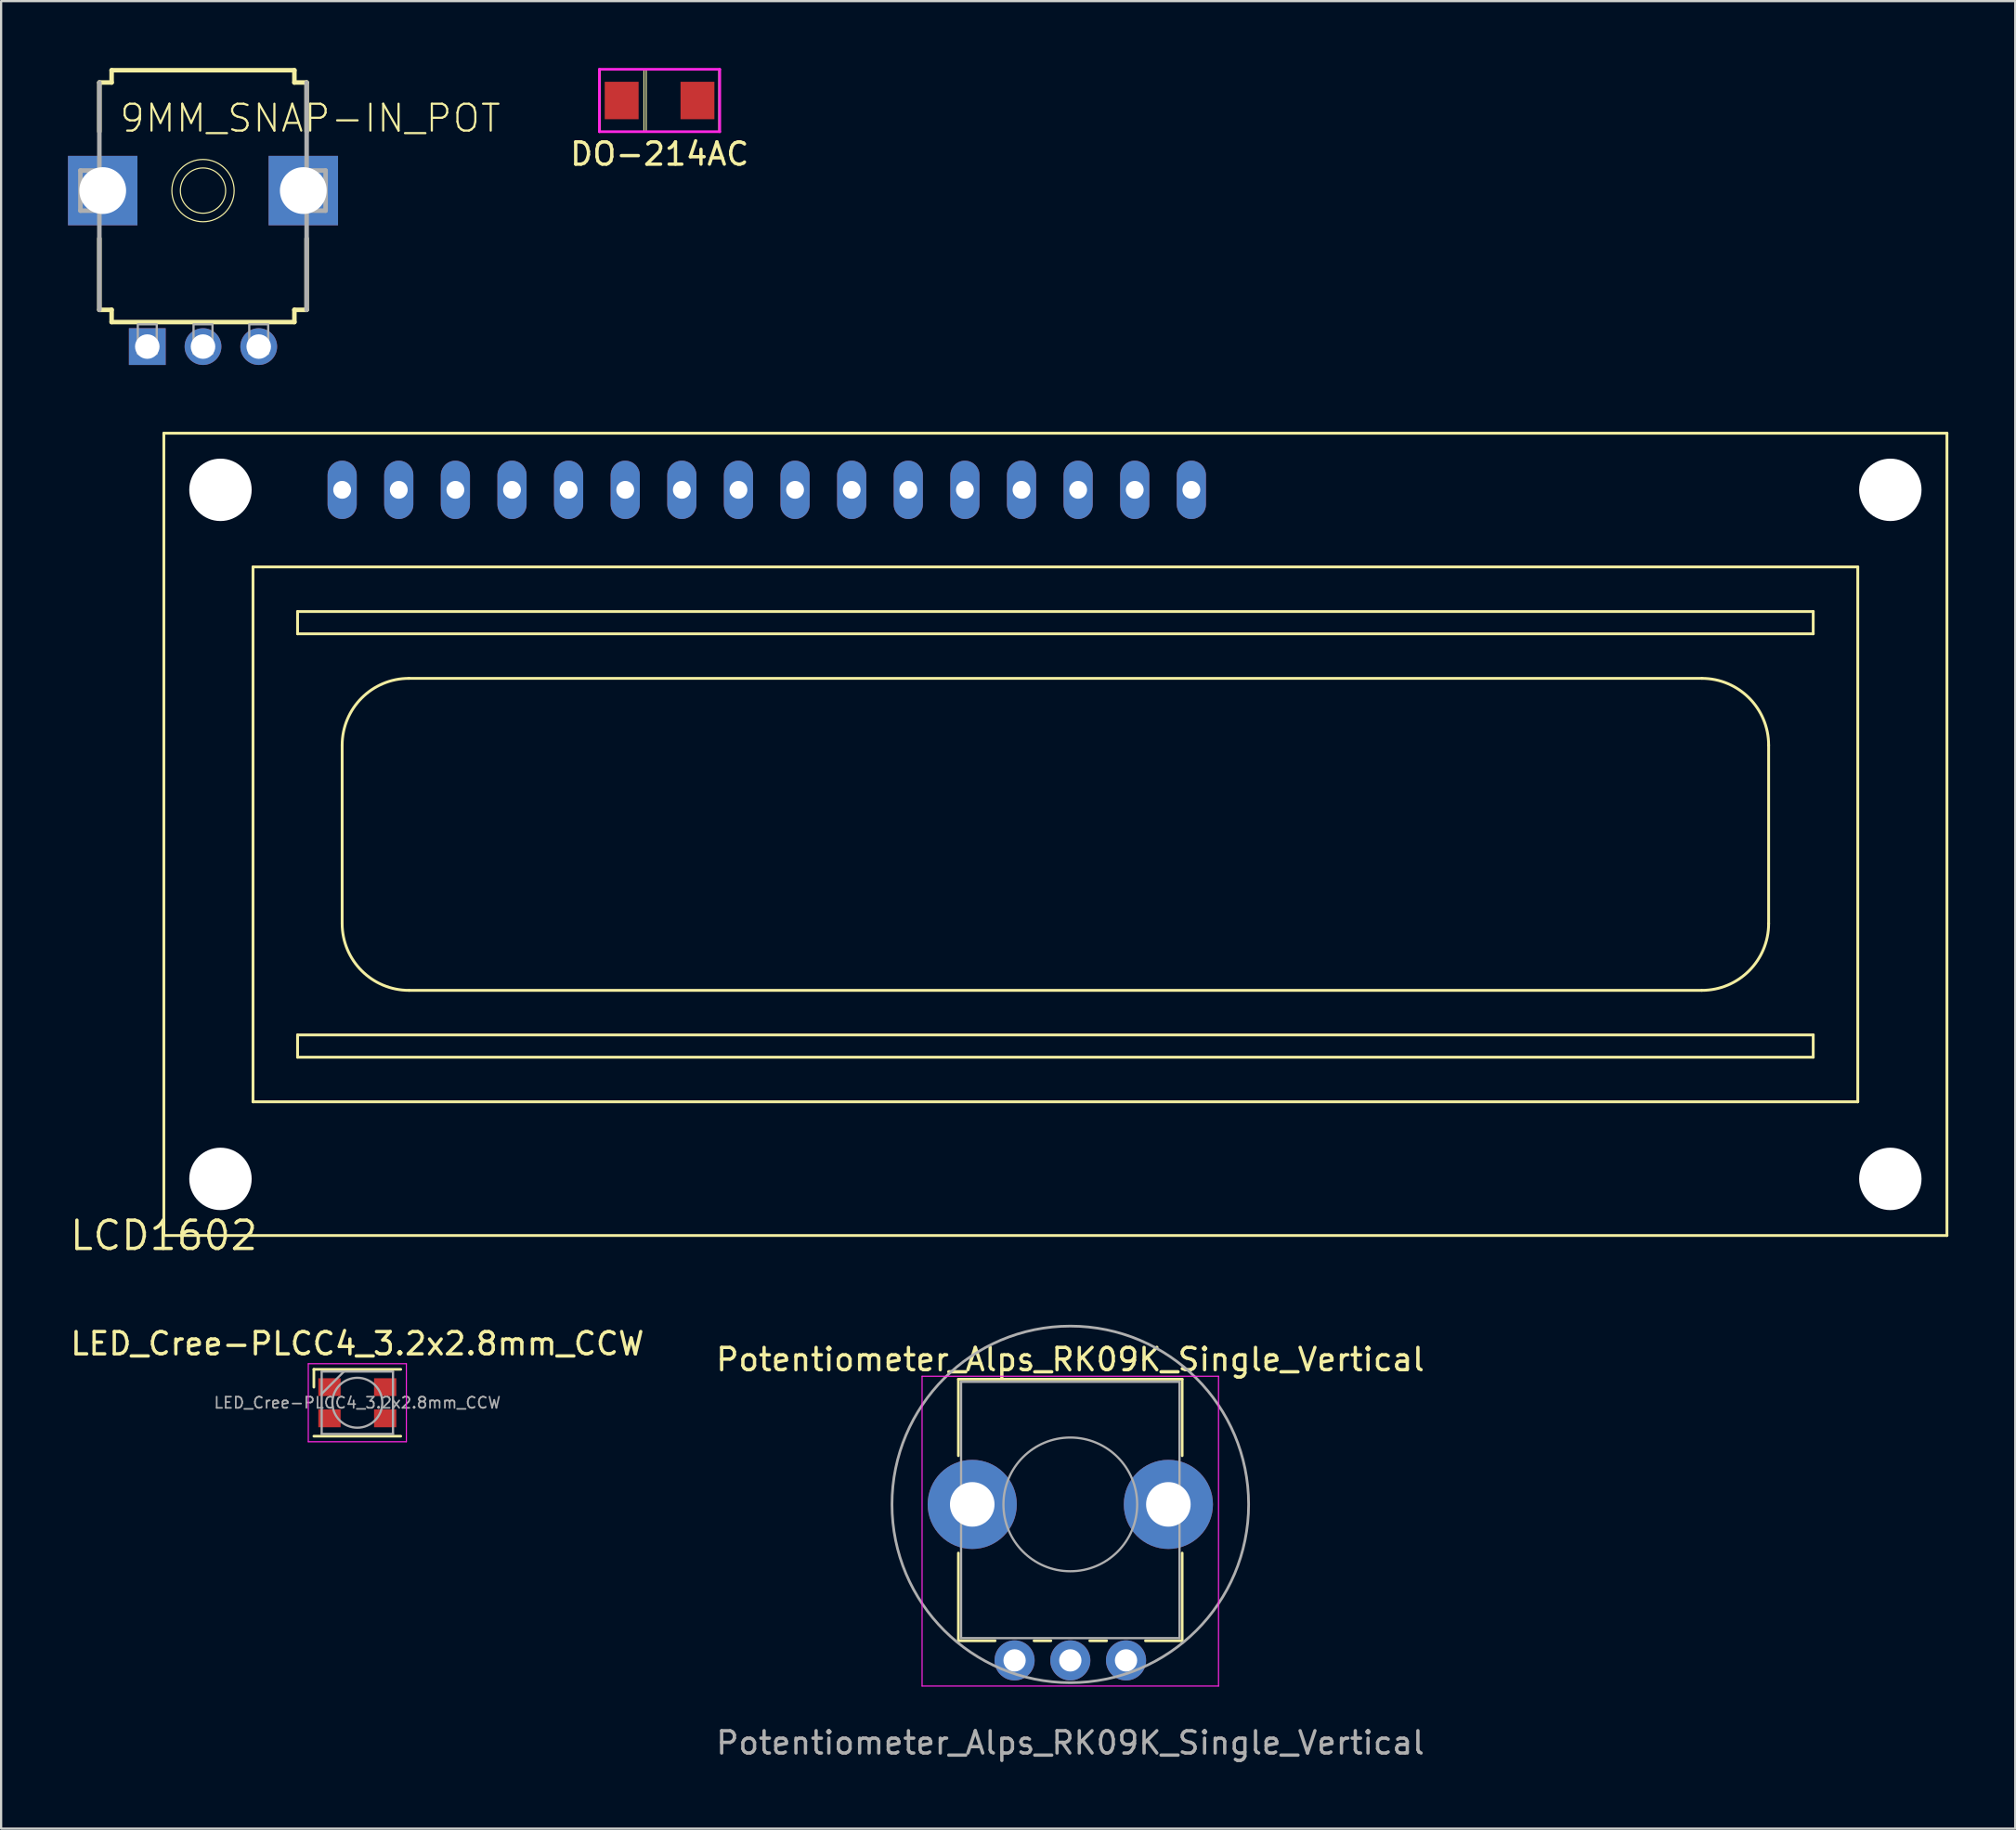
<source format=kicad_pcb>
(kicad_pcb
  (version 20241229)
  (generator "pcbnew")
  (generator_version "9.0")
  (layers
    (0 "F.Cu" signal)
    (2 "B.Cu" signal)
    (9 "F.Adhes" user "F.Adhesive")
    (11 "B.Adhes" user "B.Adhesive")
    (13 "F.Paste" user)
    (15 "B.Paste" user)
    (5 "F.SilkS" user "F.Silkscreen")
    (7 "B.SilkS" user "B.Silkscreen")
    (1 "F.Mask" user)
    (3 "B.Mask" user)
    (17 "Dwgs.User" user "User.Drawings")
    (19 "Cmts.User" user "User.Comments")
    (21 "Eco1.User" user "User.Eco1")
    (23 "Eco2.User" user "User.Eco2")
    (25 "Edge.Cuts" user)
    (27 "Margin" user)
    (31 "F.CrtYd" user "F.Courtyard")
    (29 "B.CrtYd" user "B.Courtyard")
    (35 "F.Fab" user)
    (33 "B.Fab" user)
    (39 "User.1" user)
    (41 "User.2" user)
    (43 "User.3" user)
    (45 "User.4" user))
  (footprint "9MM_SNAP-IN_POT"
    (layer "F.Cu")
    (at 6.058 5.502)
    (property "Reference" "9MM_SNAP-IN_POT" (at -3.81 -2.54 0) (layer "F.SilkS") (effects (font (size 1.206 1.206) (thickness 0.097)) (justify left bottom)))
    (attr through_hole)
    (fp_line (start -4.65 -2.65) (end -4.65 -4.85) (stroke (width 0.203) (type solid)) (layer "F.SilkS"))
    (fp_line (start -4.65 5.35) (end -4.65 2.15) (stroke (width 0.203) (type solid)) (layer "F.SilkS"))
    (fp_line (start -4.65 5.35) (end -4.1 5.35) (stroke (width 0.203) (type solid)) (layer "F.SilkS"))
    (fp_line (start -4.1 -5.4) (end -4.1 -4.85) (stroke (width 0.203) (type solid)) (layer "F.SilkS"))
    (fp_line (start -4.1 -5.4) (end 4.1 -5.4) (stroke (width 0.203) (type solid)) (layer "F.SilkS"))
    (fp_line (start -4.1 -4.85) (end -4.65 -4.85) (stroke (width 0.203) (type solid)) (layer "F.SilkS"))
    (fp_line (start -4.1 5.35) (end -4.1 5.9) (stroke (width 0.203) (type solid)) (layer "F.SilkS"))
    (fp_line (start 4.1 -4.85) (end 4.1 -5.4) (stroke (width 0.203) (type solid)) (layer "F.SilkS"))
    (fp_line (start 4.1 5.35) (end 4.65 5.35) (stroke (width 0.203) (type solid)) (layer "F.SilkS"))
    (fp_line (start 4.1 5.9) (end -4.1 5.9) (stroke (width 0.203) (type solid)) (layer "F.SilkS"))
    (fp_line (start 4.1 5.9) (end 4.1 5.35) (stroke (width 0.203) (type solid)) (layer "F.SilkS"))
    (fp_line (start 4.65 -4.85) (end 4.1 -4.85) (stroke (width 0.203) (type solid)) (layer "F.SilkS"))
    (fp_line (start 4.65 -4.85) (end 4.65 -2.65) (stroke (width 0.203) (type solid)) (layer "F.SilkS"))
    (fp_line (start 4.65 2.15) (end 4.65 5.35) (stroke (width 0.203) (type solid)) (layer "F.SilkS"))
    (fp_circle (center 0 0) (end 1.016 0) (stroke (width 0.051) (type solid)) (fill no) (layer "F.SilkS"))
    (fp_circle (center 0 0) (end 1.397 0) (stroke (width 0.051) (type solid)) (fill no) (layer "F.SilkS"))
    (fp_line (start -5.5 -0.9) (end -5.5 0.9) (stroke (width 0.203) (type solid)) (layer "F.Fab"))
    (fp_line (start -5.5 0.9) (end -4.75 0.9) (stroke (width 0.203) (type solid)) (layer "F.Fab"))
    (fp_line (start -4.75 -0.9) (end -5.5 -0.9) (stroke (width 0.203) (type solid)) (layer "F.Fab"))
    (fp_line (start -4.65 5.35) (end -4.65 -4.85) (stroke (width 0.203) (type solid)) (layer "F.Fab"))
    (fp_line (start 4.65 -4.85) (end 4.65 5.35) (stroke (width 0.203) (type solid)) (layer "F.Fab"))
    (fp_line (start 4.75 0.9) (end 5.5 0.9) (stroke (width 0.203) (type solid)) (layer "F.Fab"))
    (fp_line (start 5.5 -0.9) (end 4.75 -0.9) (stroke (width 0.203) (type solid)) (layer "F.Fab"))
    (fp_line (start 5.5 0.9) (end 5.5 -0.9) (stroke (width 0.203) (type solid)) (layer "F.Fab"))
    (fp_poly (pts (xy -2.925 7.325) (xy -2.075 7.325) (xy -2.075 6) (xy -2.925 6)) (stroke (width 0.1) (type solid)) (fill no) (layer "F.Fab"))
    (fp_poly (pts (xy -0.425 7.325) (xy 0.425 7.325) (xy 0.425 6) (xy -0.425 6)) (stroke (width 0.1) (type solid)) (fill no) (layer "F.Fab"))
    (fp_poly (pts (xy 2.075 7.325) (xy 2.925 7.325) (xy 2.925 6) (xy 2.075 6)) (stroke (width 0.1) (type solid)) (fill no) (layer "F.Fab"))
    (pad "1" thru_hole rect (at -2.5 7 270) (size 1.65 1.65) (drill 1.1) (layers "*.Cu" "*.Mask"))
    (pad "2" thru_hole circle (at 0 7 270) (size 1.65 1.65) (drill 1.1) (layers "*.Cu" "*.Mask"))
    (pad "3" thru_hole circle (at 2.5 7 270) (size 1.65 1.65) (drill 1.1) (layers "*.Cu" "*.Mask"))
    (pad "CHASSIS1" thru_hole rect (at -4.5 0 270) (size 3.116 3.116) (drill 2.1) (layers "*.Cu" "*.Mask"))
    (pad "CHASSIS2" thru_hole rect (at 4.5 0 270) (size 3.116 3.116) (drill 2.1) (layers "*.Cu" "*.Mask")))
  (footprint "LED_Cree-PLCC4_3.2x2.8mm_CCW"
    (layer "F.Cu")
    (at 12.982 59.895)
    (property "Reference" "LED_Cree-PLCC4_3.2x2.8mm_CCW" (at 0 -2.65 180) (layer "F.SilkS") (effects (font (size 1 1) (thickness 0.15))))
    (attr smd)
    (fp_line (start -1.95 -1.5) (end 1.95 -1.5) (stroke (width 0.12) (type solid)) (layer "F.SilkS"))
    (fp_line (start -1.95 -0.7) (end -1.95 -1.5) (stroke (width 0.12) (type solid)) (layer "F.SilkS"))
    (fp_line (start -1.95 1.5) (end 1.95 1.5) (stroke (width 0.12) (type solid)) (layer "F.SilkS"))
    (fp_line (start -2.2 -1.75) (end -2.2 1.75) (stroke (width 0.05) (type solid)) (layer "F.CrtYd"))
    (fp_line (start -2.2 1.75) (end 2.2 1.75) (stroke (width 0.05) (type solid)) (layer "F.CrtYd"))
    (fp_line (start 2.2 -1.75) (end -2.2 -1.75) (stroke (width 0.05) (type solid)) (layer "F.CrtYd"))
    (fp_line (start 2.2 1.75) (end 2.2 -1.75) (stroke (width 0.05) (type solid)) (layer "F.CrtYd"))
    (fp_line (start -1.6 -1.4) (end -1.6 1.4) (stroke (width 0.1) (type solid)) (layer "F.Fab"))
    (fp_line (start -1.6 1.4) (end 1.6 1.4) (stroke (width 0.1) (type solid)) (layer "F.Fab"))
    (fp_line (start -0.6 -1.4) (end -1.6 -0.4) (stroke (width 0.1) (type solid)) (layer "F.Fab"))
    (fp_line (start 1.6 -1.4) (end -1.6 -1.4) (stroke (width 0.1) (type solid)) (layer "F.Fab"))
    (fp_line (start 1.6 1.4) (end 1.6 -1.4) (stroke (width 0.1) (type solid)) (layer "F.Fab"))
    (fp_circle (center 0 0) (end 1.12 0) (stroke (width 0.1) (type solid)) (fill no) (layer "F.Fab"))
    (fp_text user "${REFERENCE}" (at 0 0 180) (layer "F.Fab") (effects (font (size 0.5 0.5) (thickness 0.075))))
    (pad "1" smd rect (at -1.25 -0.7) (size 1 0.8) (layers "F.Cu" "F.Mask" "F.Paste"))
    (pad "1" smd rect (at 1.25 -0.7) (size 1 0.8) (layers "F.Cu" "F.Mask" "F.Paste"))
    (pad "2" smd rect (at -1.25 0.7) (size 1 0.8) (layers "F.Cu" "F.Mask" "F.Paste"))
    (pad "2" smd rect (at 1.25 0.7) (size 1 0.8) (layers "F.Cu" "F.Mask" "F.Paste")))
  (footprint "DO-214AC"
    (layer "F.Cu")
    (at 26.542 1.46)
    (property "Reference" "DO-214AC" (at 0 2.4 0) (layer "F.SilkS") (effects (font (size 1 1) (thickness 0.15))))
    (attr smd)
    (fp_line (start -2.66 -1.4) (end -2.66 1.4) (stroke (width 0.05) (type solid)) (layer "F.SilkS"))
    (fp_line (start -2.66 1.4) (end 2.66 1.4) (stroke (width 0.05) (type solid)) (layer "F.SilkS"))
    (fp_line (start -0.7 -1.4) (end -0.6 -1.4) (stroke (width 0.05) (type solid)) (layer "F.SilkS"))
    (fp_line (start -0.7 1.4) (end -0.7 -1.4) (stroke (width 0.05) (type solid)) (layer "F.SilkS"))
    (fp_line (start -0.6 -1.4) (end -0.6 1.4) (stroke (width 0.05) (type solid)) (layer "F.SilkS"))
    (fp_line (start 2.66 -1.4) (end -2.66 -1.4) (stroke (width 0.05) (type solid)) (layer "F.SilkS"))
    (fp_line (start 2.66 1.4) (end 2.66 -1.4) (stroke (width 0.05) (type solid)) (layer "F.SilkS"))
    (fp_line (start -2.7 -1.4) (end 2.7 -1.4) (stroke (width 0.12) (type solid)) (layer "F.CrtYd"))
    (fp_line (start -2.7 1.4) (end -2.7 -1.4) (stroke (width 0.12) (type solid)) (layer "F.CrtYd"))
    (fp_line (start 2.7 -1.4) (end 2.7 1.4) (stroke (width 0.12) (type solid)) (layer "F.CrtYd"))
    (fp_line (start 2.7 1.4) (end -2.7 1.4) (stroke (width 0.12) (type solid)) (layer "F.CrtYd"))
    (pad "1" smd rect (at -1.7 0) (size 1.52 1.68) (layers "F.Cu" "F.Mask" "F.Paste"))
    (pad "2" smd rect (at 1.7 0) (size 1.52 1.68) (layers "F.Cu" "F.Mask" "F.Paste")))
  (footprint "Potentiometer_Alps_RK09K_Single_Vertical"
    (layer "F.Cu")
    (at 44.97 64.456)
    (property "Reference" "Potentiometer_Alps_RK09K_Single_Vertical" (at 0 -6.5 180) (layer "F.SilkS") (effects (font (size 1 1) (thickness 0.15))))
    (attr through_hole)
    (fp_line (start -5.021 -5.62) (end 5.02 -5.62) (stroke (width 0.12) (type solid)) (layer "F.SilkS"))
    (fp_line (start -5.021 -2.184) (end -5.021 -5.62) (stroke (width 0.12) (type solid)) (layer "F.SilkS"))
    (fp_line (start -5.021 6.12) (end -5.021 2.183) (stroke (width 0.12) (type solid)) (layer "F.SilkS"))
    (fp_line (start -5.021 6.12) (end -3.371 6.12) (stroke (width 0.12) (type solid)) (layer "F.SilkS"))
    (fp_line (start -1.629 6.12) (end -0.87 6.12) (stroke (width 0.12) (type solid)) (layer "F.SilkS"))
    (fp_line (start 0.871 6.12) (end 1.63 6.12) (stroke (width 0.12) (type solid)) (layer "F.SilkS"))
    (fp_line (start 3.37 6.12) (end 5.02 6.12) (stroke (width 0.12) (type solid)) (layer "F.SilkS"))
    (fp_line (start 5.02 -2.184) (end 5.02 -5.62) (stroke (width 0.12) (type solid)) (layer "F.SilkS"))
    (fp_line (start 5.02 6.12) (end 5.02 2.183) (stroke (width 0.12) (type solid)) (layer "F.SilkS"))
    (fp_line (start -6.65 -5.75) (end -6.65 8.15) (stroke (width 0.05) (type solid)) (layer "F.CrtYd"))
    (fp_line (start -6.65 8.15) (end 6.65 8.15) (stroke (width 0.05) (type solid)) (layer "F.CrtYd"))
    (fp_line (start 6.65 -5.75) (end -6.65 -5.75) (stroke (width 0.05) (type solid)) (layer "F.CrtYd"))
    (fp_line (start 6.65 8.15) (end 6.65 -5.75) (stroke (width 0.05) (type solid)) (layer "F.CrtYd"))
    (fp_line (start -4.9 -5.5) (end -4.9 6) (stroke (width 0.1) (type solid)) (layer "F.Fab"))
    (fp_line (start -4.9 6) (end 4.9 6) (stroke (width 0.1) (type solid)) (layer "F.Fab"))
    (fp_line (start 4.9 -5.5) (end -4.9 -5.5) (stroke (width 0.1) (type solid)) (layer "F.Fab"))
    (fp_line (start 4.9 6) (end 4.9 -5.5) (stroke (width 0.1) (type solid)) (layer "F.Fab"))
    (fp_circle (center 0 0) (end 0 -3) (stroke (width 0.1) (type solid)) (fill no) (layer "F.Fab"))
    (fp_circle (center 0 0) (end 0 8) (stroke (width 0.12) (type solid)) (fill no) (layer "F.Fab"))
    (fp_text user "${REFERENCE}" (at 0 10.7 180) (layer "F.Fab") (effects (font (size 1 1) (thickness 0.15))))
    (pad "" np_thru_hole circle (at -4.4 0 90) (size 4 4) (drill 2) (layers "*.Cu" "*.Mask"))
    (pad "" np_thru_hole circle (at 4.4 0 90) (size 4 4) (drill 2) (layers "*.Cu" "*.Mask"))
    (pad "1" thru_hole circle (at -2.5 7 90) (size 1.8 1.8) (drill 1) (layers "*.Cu" "*.Mask"))
    (pad "2" thru_hole circle (at 0 7 90) (size 1.8 1.8) (drill 1) (layers "*.Cu" "*.Mask"))
    (pad "3" thru_hole circle (at 2.5 7 90) (size 1.8 1.8) (drill 1) (layers "*.Cu" "*.Mask")))
  (footprint "LCD1602"
    (layer "F.Cu")
    (at 4.301 52.39)
    (property "Reference" "LCD1602" (at 0 0 0) (layer "F.SilkS") (effects (font (size 1.27 1.27) (thickness 0.15))))
    (attr through_hole)
    (fp_line (start 0 -36) (end 0 0) (stroke (width 0.127) (type solid)) (layer "F.SilkS"))
    (fp_line (start 0 0) (end 80 0) (stroke (width 0.127) (type solid)) (layer "F.SilkS"))
    (fp_line (start 4 -30) (end 76 -30) (stroke (width 0.127) (type solid)) (layer "F.SilkS"))
    (fp_line (start 4 -6) (end 4 -30) (stroke (width 0.127) (type solid)) (layer "F.SilkS"))
    (fp_line (start 6 -28) (end 74 -28) (stroke (width 0.127) (type solid)) (layer "F.SilkS"))
    (fp_line (start 6 -27) (end 6 -28) (stroke (width 0.127) (type solid)) (layer "F.SilkS"))
    (fp_line (start 6 -9) (end 6 -8) (stroke (width 0.127) (type solid)) (layer "F.SilkS"))
    (fp_line (start 6 -8) (end 74 -8) (stroke (width 0.127) (type solid)) (layer "F.SilkS"))
    (fp_line (start 8 -22) (end 8 -14) (stroke (width 0.127) (type solid)) (layer "F.SilkS"))
    (fp_line (start 11 -11) (end 69 -11) (stroke (width 0.127) (type solid)) (layer "F.SilkS"))
    (fp_line (start 69 -25) (end 11 -25) (stroke (width 0.127) (type solid)) (layer "F.SilkS"))
    (fp_line (start 72 -14) (end 72 -22) (stroke (width 0.127) (type solid)) (layer "F.SilkS"))
    (fp_line (start 74 -28) (end 74 -27) (stroke (width 0.127) (type solid)) (layer "F.SilkS"))
    (fp_line (start 74 -27) (end 6 -27) (stroke (width 0.127) (type solid)) (layer "F.SilkS"))
    (fp_line (start 74 -9) (end 6 -9) (stroke (width 0.127) (type solid)) (layer "F.SilkS"))
    (fp_line (start 74 -8) (end 74 -9) (stroke (width 0.127) (type solid)) (layer "F.SilkS"))
    (fp_line (start 76 -30) (end 76 -6) (stroke (width 0.127) (type solid)) (layer "F.SilkS"))
    (fp_line (start 76 -6) (end 4 -6) (stroke (width 0.127) (type solid)) (layer "F.SilkS"))
    (fp_line (start 80 -36) (end 0 -36) (stroke (width 0.127) (type solid)) (layer "F.SilkS"))
    (fp_line (start 80 0) (end 80 -36) (stroke (width 0.127) (type solid)) (layer "F.SilkS"))
    (fp_arc (start 8 -22) (mid 8.87868 -24.12132) (end 11 -25) (stroke (width 0.127) (type solid)) (layer "F.SilkS"))
    (fp_arc (start 11 -11) (mid 8.87868 -11.87868) (end 8 -14) (stroke (width 0.127) (type solid)) (layer "F.SilkS"))
    (fp_arc (start 69 -25) (mid 71.12132 -24.12132) (end 72 -22) (stroke (width 0.127) (type solid)) (layer "F.SilkS"))
    (fp_arc (start 72 -14) (mid 71.12132 -11.87868) (end 69 -11) (stroke (width 0.127) (type solid)) (layer "F.SilkS"))
    (pad "" np_thru_hole circle (at 2.54 -33.46) (size 2.8 2.8) (drill 2.8) (layers "*.Cu" "*.Mask"))
    (pad "" np_thru_hole circle (at 2.54 -2.54) (size 2.8 2.8) (drill 2.8) (layers "*.Cu" "*.Mask"))
    (pad "" np_thru_hole circle (at 77.46 -33.46) (size 2.8 2.8) (drill 2.8) (layers "*.Cu" "*.Mask"))
    (pad "" np_thru_hole circle (at 77.46 -2.54) (size 2.8 2.8) (drill 2.8) (layers "*.Cu" "*.Mask"))
    (pad "1" thru_hole oval (at 8 -33.46 90) (size 2.616 1.308) (drill 0.8) (layers "*.Cu" "*.Mask"))
    (pad "2" thru_hole oval (at 10.54 -33.46 90) (size 2.616 1.308) (drill 0.8) (layers "*.Cu" "*.Mask"))
    (pad "3" thru_hole oval (at 13.08 -33.46 90) (size 2.616 1.308) (drill 0.8) (layers "*.Cu" "*.Mask"))
    (pad "4" thru_hole oval (at 15.62 -33.46 90) (size 2.616 1.308) (drill 0.8) (layers "*.Cu" "*.Mask"))
    (pad "5" thru_hole oval (at 18.16 -33.46 90) (size 2.616 1.308) (drill 0.8) (layers "*.Cu" "*.Mask"))
    (pad "6" thru_hole oval (at 20.7 -33.46 90) (size 2.616 1.308) (drill 0.8) (layers "*.Cu" "*.Mask"))
    (pad "7" thru_hole oval (at 23.24 -33.46 90) (size 2.616 1.308) (drill 0.8) (layers "*.Cu" "*.Mask"))
    (pad "8" thru_hole oval (at 25.78 -33.46 90) (size 2.616 1.308) (drill 0.8) (layers "*.Cu" "*.Mask"))
    (pad "9" thru_hole oval (at 28.32 -33.46 90) (size 2.616 1.308) (drill 0.8) (layers "*.Cu" "*.Mask"))
    (pad "10" thru_hole oval (at 30.86 -33.46 90) (size 2.616 1.308) (drill 0.8) (layers "*.Cu" "*.Mask"))
    (pad "11" thru_hole oval (at 33.4 -33.46 90) (size 2.616 1.308) (drill 0.8) (layers "*.Cu" "*.Mask"))
    (pad "12" thru_hole oval (at 35.94 -33.46 90) (size 2.616 1.308) (drill 0.8) (layers "*.Cu" "*.Mask"))
    (pad "13" thru_hole oval (at 38.48 -33.46 90) (size 2.616 1.308) (drill 0.8) (layers "*.Cu" "*.Mask"))
    (pad "14" thru_hole oval (at 41.02 -33.46 90) (size 2.616 1.308) (drill 0.8) (layers "*.Cu" "*.Mask"))
    (pad "15" thru_hole oval (at 43.56 -33.46 90) (size 2.616 1.308) (drill 0.8) (layers "*.Cu" "*.Mask"))
    (pad "16" thru_hole oval (at 46.1 -33.46 90) (size 2.616 1.308) (drill 0.8) (layers "*.Cu" "*.Mask")))
  (gr_rect
    (start -3 -3)
    (end 87.365 79.005)
    (stroke (width 0.1) (type default))
    (fill no)
    (layer "Edge.Cuts")))
</source>
